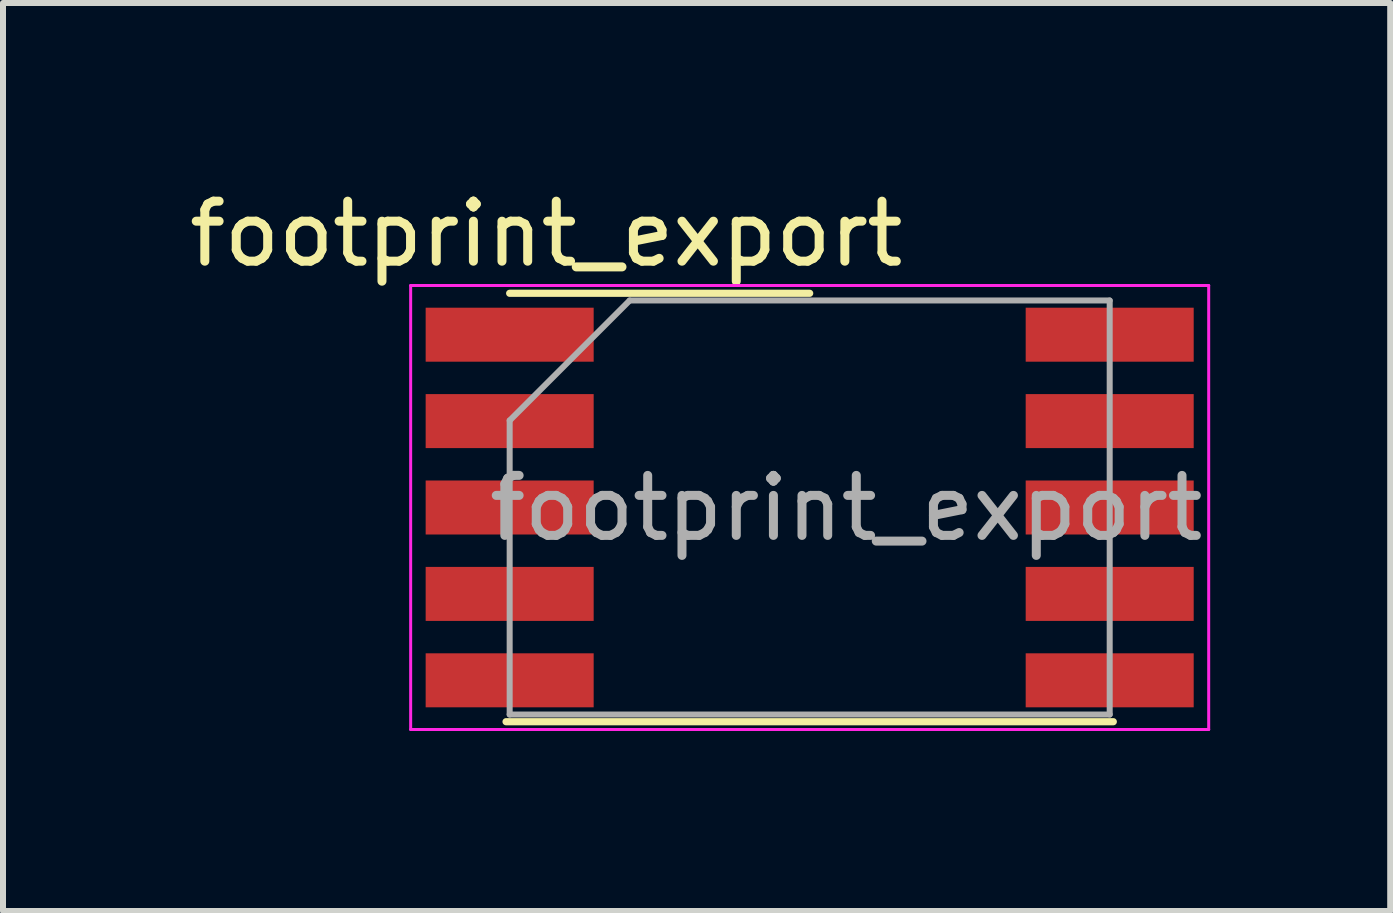
<source format=kicad_pcb>
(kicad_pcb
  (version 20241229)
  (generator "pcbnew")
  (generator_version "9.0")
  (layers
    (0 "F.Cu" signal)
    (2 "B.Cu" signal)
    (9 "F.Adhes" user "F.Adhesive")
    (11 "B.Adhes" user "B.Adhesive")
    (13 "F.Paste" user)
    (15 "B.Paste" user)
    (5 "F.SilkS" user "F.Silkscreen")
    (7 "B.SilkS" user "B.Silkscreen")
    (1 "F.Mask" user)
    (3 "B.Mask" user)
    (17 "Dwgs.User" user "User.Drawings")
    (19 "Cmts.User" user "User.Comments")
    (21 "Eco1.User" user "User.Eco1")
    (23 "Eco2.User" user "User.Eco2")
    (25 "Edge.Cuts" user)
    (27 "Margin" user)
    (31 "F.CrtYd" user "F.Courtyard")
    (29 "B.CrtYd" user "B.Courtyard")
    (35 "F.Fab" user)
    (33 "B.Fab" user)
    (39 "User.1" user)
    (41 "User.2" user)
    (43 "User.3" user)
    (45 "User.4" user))
  (footprint "footprint_export"
    (layer "F.Cu")
    (at 10.444 5.408)
    (property "Reference" "footprint_export" (at -4.39 -4.56 0) (layer "F.SilkS") (effects (font (size 1 1) (thickness 0.15))))
    (attr smd)
    (fp_line (start -5 -3.57) (end 0 -3.57) (stroke (width 0.12) (type solid)) (layer "F.SilkS"))
    (fp_line (start 5.06 3.57) (end -5.06 3.57) (stroke (width 0.12) (type solid)) (layer "F.SilkS"))
    (fp_line (start -6.65 -3.7) (end -6.65 3.7) (stroke (width 0.05) (type solid)) (layer "F.CrtYd"))
    (fp_line (start -6.65 -3.7) (end 6.65 -3.7) (stroke (width 0.05) (type solid)) (layer "F.CrtYd"))
    (fp_line (start 6.65 -3.7) (end 6.65 3.7) (stroke (width 0.05) (type solid)) (layer "F.CrtYd"))
    (fp_line (start 6.65 3.7) (end -6.65 3.7) (stroke (width 0.05) (type solid)) (layer "F.CrtYd"))
    (fp_line (start -5 -1.45) (end -3 -3.45) (stroke (width 0.1) (type solid)) (layer "F.Fab"))
    (fp_line (start -5 3.45) (end -5 -1.45) (stroke (width 0.1) (type solid)) (layer "F.Fab"))
    (fp_line (start -3 -3.45) (end 5 -3.45) (stroke (width 0.1) (type solid)) (layer "F.Fab"))
    (fp_line (start 5 -3.45) (end 5 3.45) (stroke (width 0.1) (type solid)) (layer "F.Fab"))
    (fp_line (start 5 3.45) (end -5 3.45) (stroke (width 0.1) (type solid)) (layer "F.Fab"))
    (fp_text user "${REFERENCE}" (at 0.61 0.01 0) (layer "F.Fab") (effects (font (size 1 1) (thickness 0.15))))
    (pad "1" smd rect (at -5 -2.88) (size 2.8 0.9) (layers "F.Cu" "F.Mask" "F.Paste"))
    (pad "2" smd rect (at -5 -1.44) (size 2.8 0.9) (layers "F.Cu" "F.Mask" "F.Paste"))
    (pad "3" smd rect (at -5 0) (size 2.8 0.9) (layers "F.Cu" "F.Mask" "F.Paste"))
    (pad "4" smd rect (at -5 1.44) (size 2.8 0.9) (layers "F.Cu" "F.Mask" "F.Paste"))
    (pad "5" smd rect (at -5 2.88) (size 2.8 0.9) (layers "F.Cu" "F.Mask" "F.Paste"))
    (pad "6" smd rect (at 5 2.88) (size 2.8 0.9) (layers "F.Cu" "F.Mask" "F.Paste"))
    (pad "7" smd rect (at 5 1.44) (size 2.8 0.9) (layers "F.Cu" "F.Mask" "F.Paste"))
    (pad "8" smd rect (at 5 0) (size 2.8 0.9) (layers "F.Cu" "F.Mask" "F.Paste"))
    (pad "9" smd rect (at 5 -1.44) (size 2.8 0.9) (layers "F.Cu" "F.Mask" "F.Paste"))
    (pad "10" smd rect (at 5 -2.88) (size 2.8 0.9) (layers "F.Cu" "F.Mask" "F.Paste")))
  (gr_rect
    (start -3 -3)
    (end 20.119 12.133)
    (stroke (width 0.1) (type default))
    (fill no)
    (layer "Edge.Cuts")))
</source>
